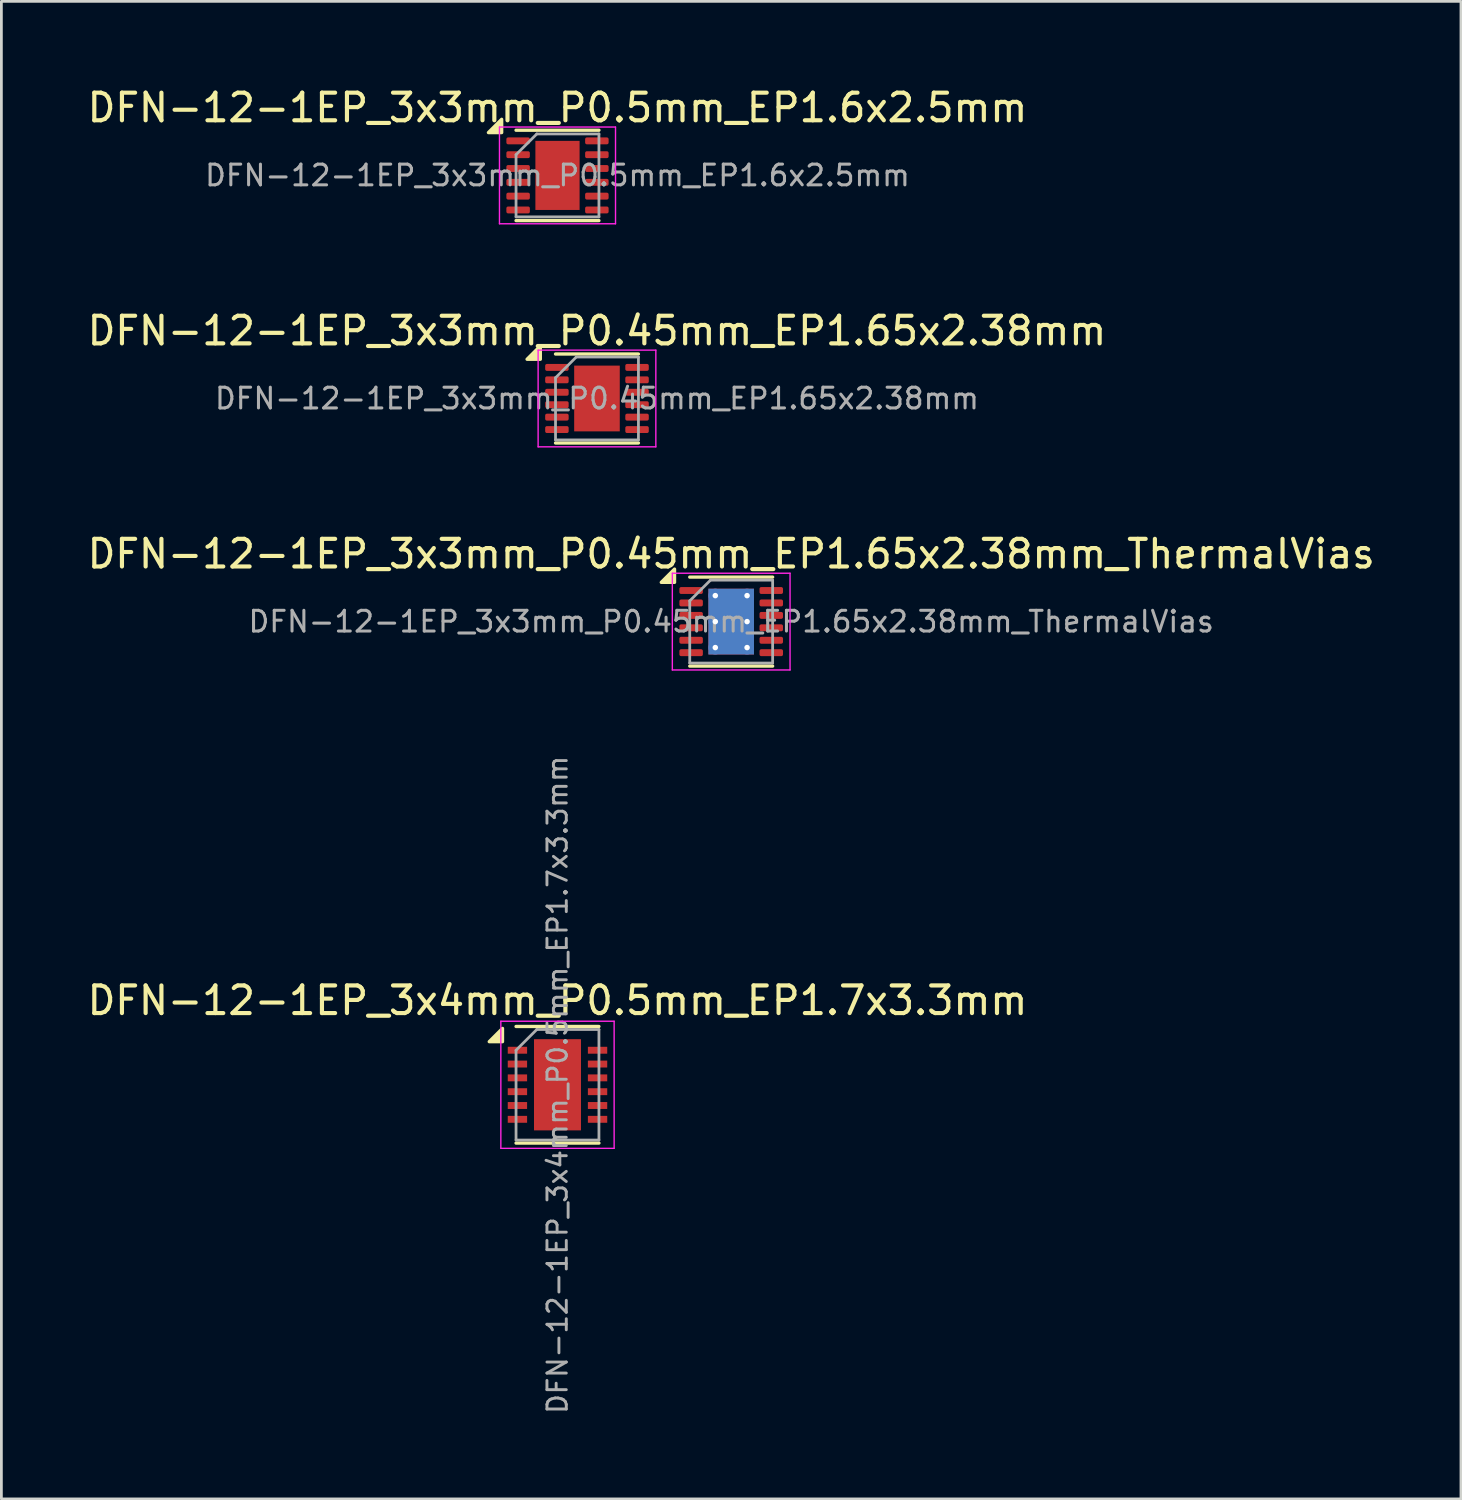
<source format=kicad_pcb>
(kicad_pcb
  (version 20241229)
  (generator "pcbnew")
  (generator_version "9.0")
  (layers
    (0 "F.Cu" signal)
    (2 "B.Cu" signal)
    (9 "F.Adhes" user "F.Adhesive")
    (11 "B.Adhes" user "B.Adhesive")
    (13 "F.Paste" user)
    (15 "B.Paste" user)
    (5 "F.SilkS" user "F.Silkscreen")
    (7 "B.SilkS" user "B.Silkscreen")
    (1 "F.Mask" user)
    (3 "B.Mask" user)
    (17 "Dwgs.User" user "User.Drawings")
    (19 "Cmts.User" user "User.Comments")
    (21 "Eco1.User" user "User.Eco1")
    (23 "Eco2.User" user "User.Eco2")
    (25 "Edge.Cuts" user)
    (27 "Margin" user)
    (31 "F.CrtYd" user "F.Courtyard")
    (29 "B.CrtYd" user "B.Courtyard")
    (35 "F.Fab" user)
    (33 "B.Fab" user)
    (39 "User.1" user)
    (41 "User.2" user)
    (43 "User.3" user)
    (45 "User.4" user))
  (footprint "DFN-12-1EP_3x3mm_P0.5mm_EP1.6x2.5mm"
    (layer "F.Cu")
    (at 17.125 3.298)
    (property "Reference" "DFN-12-1EP_3x3mm_P0.5mm_EP1.6x2.5mm" (at 0 -2.45 0) (layer "F.SilkS") (effects (font (size 1 1) (thickness 0.15))))
    (attr smd)
    (fp_line (start -1.5 -1.635) (end 1.5 -1.635) (stroke (width 0.12) (type solid)) (layer "F.SilkS"))
    (fp_line (start -1.5 1.635) (end 1.5 1.635) (stroke (width 0.12) (type solid)) (layer "F.SilkS"))
    (fp_poly (pts (xy -2.02 -1.55) (xy -2.5 -1.55) (xy -2.02 -2.03) (xy -2.02 -1.55)) (stroke (width 0.12) (type solid)) (fill yes) (layer "F.SilkS"))
    (fp_line (start -2.1 -1.75) (end -2.1 1.75) (stroke (width 0.05) (type solid)) (layer "F.CrtYd"))
    (fp_line (start -2.1 1.75) (end 2.1 1.75) (stroke (width 0.05) (type solid)) (layer "F.CrtYd"))
    (fp_line (start 2.1 -1.75) (end -2.1 -1.75) (stroke (width 0.05) (type solid)) (layer "F.CrtYd"))
    (fp_line (start 2.1 1.75) (end 2.1 -1.75) (stroke (width 0.05) (type solid)) (layer "F.CrtYd"))
    (fp_line (start -1.5 -0.75) (end -0.75 -1.5) (stroke (width 0.1) (type solid)) (layer "F.Fab"))
    (fp_line (start -1.5 1.5) (end -1.5 -0.75) (stroke (width 0.1) (type solid)) (layer "F.Fab"))
    (fp_line (start -0.75 -1.5) (end 1.5 -1.5) (stroke (width 0.1) (type solid)) (layer "F.Fab"))
    (fp_line (start 1.5 -1.5) (end 1.5 1.5) (stroke (width 0.1) (type solid)) (layer "F.Fab"))
    (fp_line (start 1.5 1.5) (end -1.5 1.5) (stroke (width 0.1) (type solid)) (layer "F.Fab"))
    (fp_text user "${REFERENCE}" (at 0 0 0) (layer "F.Fab") (effects (font (size 0.75 0.75) (thickness 0.11))))
    (pad "" smd roundrect (at -0.4 -0.625) (size 0.64 1.01) (layers "F.Paste") (roundrect_rratio 0.25))
    (pad "" smd roundrect (at -0.4 0.625) (size 0.64 1.01) (layers "F.Paste") (roundrect_rratio 0.25))
    (pad "" smd roundrect (at 0.4 -0.625) (size 0.64 1.01) (layers "F.Paste") (roundrect_rratio 0.25))
    (pad "" smd roundrect (at 0.4 0.625) (size 0.64 1.01) (layers "F.Paste") (roundrect_rratio 0.25))
    (pad "1" smd roundrect (at -1.425 -1.25) (size 0.85 0.25) (layers "F.Cu" "F.Mask" "F.Paste") (roundrect_rratio 0.25))
    (pad "2" smd roundrect (at -1.425 -0.75) (size 0.85 0.25) (layers "F.Cu" "F.Mask" "F.Paste") (roundrect_rratio 0.25))
    (pad "3" smd roundrect (at -1.425 -0.25) (size 0.85 0.25) (layers "F.Cu" "F.Mask" "F.Paste") (roundrect_rratio 0.25))
    (pad "4" smd roundrect (at -1.425 0.25) (size 0.85 0.25) (layers "F.Cu" "F.Mask" "F.Paste") (roundrect_rratio 0.25))
    (pad "5" smd roundrect (at -1.425 0.75) (size 0.85 0.25) (layers "F.Cu" "F.Mask" "F.Paste") (roundrect_rratio 0.25))
    (pad "6" smd roundrect (at -1.425 1.25) (size 0.85 0.25) (layers "F.Cu" "F.Mask" "F.Paste") (roundrect_rratio 0.25))
    (pad "7" smd roundrect (at 1.425 1.25) (size 0.85 0.25) (layers "F.Cu" "F.Mask" "F.Paste") (roundrect_rratio 0.25))
    (pad "8" smd roundrect (at 1.425 0.75) (size 0.85 0.25) (layers "F.Cu" "F.Mask" "F.Paste") (roundrect_rratio 0.25))
    (pad "9" smd roundrect (at 1.425 0.25) (size 0.85 0.25) (layers "F.Cu" "F.Mask" "F.Paste") (roundrect_rratio 0.25))
    (pad "10" smd roundrect (at 1.425 -0.25) (size 0.85 0.25) (layers "F.Cu" "F.Mask" "F.Paste") (roundrect_rratio 0.25))
    (pad "11" smd roundrect (at 1.425 -0.75) (size 0.85 0.25) (layers "F.Cu" "F.Mask" "F.Paste") (roundrect_rratio 0.25))
    (pad "12" smd roundrect (at 1.425 -1.25) (size 0.85 0.25) (layers "F.Cu" "F.Mask" "F.Paste") (roundrect_rratio 0.25))
    (pad "13" smd rect (at 0 0) (size 1.6 2.5) (property pad_prop_heatsink) (layers "F.Cu" "F.Mask")))
  (footprint "DFN-12-1EP_3x3mm_P0.45mm_EP1.65x2.38mm_ThermalVias"
    (layer "F.Cu")
    (at 23.411 19.445)
    (property "Reference" "DFN-12-1EP_3x3mm_P0.45mm_EP1.65x2.38mm_ThermalVias" (at 0 -2.45 0) (layer "F.SilkS") (effects (font (size 1 1) (thickness 0.15))))
    (attr smd)
    (fp_line (start -1.5 -1.61) (end 1.5 -1.61) (stroke (width 0.12) (type solid)) (layer "F.SilkS"))
    (fp_line (start -1.5 1.61) (end 1.5 1.61) (stroke (width 0.12) (type solid)) (layer "F.SilkS"))
    (fp_poly (pts (xy -2.05 -1.42) (xy -2.53 -1.42) (xy -2.05 -1.9) (xy -2.05 -1.42)) (stroke (width 0.12) (type solid)) (fill yes) (layer "F.SilkS"))
    (fp_line (start -2.13 -1.75) (end -2.13 1.75) (stroke (width 0.05) (type solid)) (layer "F.CrtYd"))
    (fp_line (start -2.13 1.75) (end 2.13 1.75) (stroke (width 0.05) (type solid)) (layer "F.CrtYd"))
    (fp_line (start 2.13 -1.75) (end -2.13 -1.75) (stroke (width 0.05) (type solid)) (layer "F.CrtYd"))
    (fp_line (start 2.13 1.75) (end 2.13 -1.75) (stroke (width 0.05) (type solid)) (layer "F.CrtYd"))
    (fp_line (start -1.5 -0.75) (end -0.75 -1.5) (stroke (width 0.1) (type solid)) (layer "F.Fab"))
    (fp_line (start -1.5 1.5) (end -1.5 -0.75) (stroke (width 0.1) (type solid)) (layer "F.Fab"))
    (fp_line (start -0.75 -1.5) (end 1.5 -1.5) (stroke (width 0.1) (type solid)) (layer "F.Fab"))
    (fp_line (start 1.5 -1.5) (end 1.5 1.5) (stroke (width 0.1) (type solid)) (layer "F.Fab"))
    (fp_line (start 1.5 1.5) (end -1.5 1.5) (stroke (width 0.1) (type solid)) (layer "F.Fab"))
    (fp_text user "${REFERENCE}" (at 0 0 0) (layer "F.Fab") (effects (font (size 0.75 0.75) (thickness 0.11))))
    (pad "" smd roundrect (at -0.41 -0.595) (size 0.67 0.96) (layers "F.Paste") (roundrect_rratio 0.25))
    (pad "" smd roundrect (at -0.41 0.595) (size 0.67 0.96) (layers "F.Paste") (roundrect_rratio 0.25))
    (pad "" smd roundrect (at 0.41 -0.595) (size 0.67 0.96) (layers "F.Paste") (roundrect_rratio 0.25))
    (pad "" smd roundrect (at 0.41 0.595) (size 0.67 0.96) (layers "F.Paste") (roundrect_rratio 0.25))
    (pad "1" smd roundrect (at -1.45 -1.125) (size 0.85 0.25) (layers "F.Cu" "F.Mask" "F.Paste") (roundrect_rratio 0.25))
    (pad "2" smd roundrect (at -1.45 -0.675) (size 0.85 0.25) (layers "F.Cu" "F.Mask" "F.Paste") (roundrect_rratio 0.25))
    (pad "3" smd roundrect (at -1.45 -0.225) (size 0.85 0.25) (layers "F.Cu" "F.Mask" "F.Paste") (roundrect_rratio 0.25))
    (pad "4" smd roundrect (at -1.45 0.225) (size 0.85 0.25) (layers "F.Cu" "F.Mask" "F.Paste") (roundrect_rratio 0.25))
    (pad "5" smd roundrect (at -1.45 0.675) (size 0.85 0.25) (layers "F.Cu" "F.Mask" "F.Paste") (roundrect_rratio 0.25))
    (pad "6" smd roundrect (at -1.45 1.125) (size 0.85 0.25) (layers "F.Cu" "F.Mask" "F.Paste") (roundrect_rratio 0.25))
    (pad "7" smd roundrect (at 1.45 1.125) (size 0.85 0.25) (layers "F.Cu" "F.Mask" "F.Paste") (roundrect_rratio 0.25))
    (pad "8" smd roundrect (at 1.45 0.675) (size 0.85 0.25) (layers "F.Cu" "F.Mask" "F.Paste") (roundrect_rratio 0.25))
    (pad "9" smd roundrect (at 1.45 0.225) (size 0.85 0.25) (layers "F.Cu" "F.Mask" "F.Paste") (roundrect_rratio 0.25))
    (pad "10" smd roundrect (at 1.45 -0.225) (size 0.85 0.25) (layers "F.Cu" "F.Mask" "F.Paste") (roundrect_rratio 0.25))
    (pad "11" smd roundrect (at 1.45 -0.675) (size 0.85 0.25) (layers "F.Cu" "F.Mask" "F.Paste") (roundrect_rratio 0.25))
    (pad "12" smd roundrect (at 1.45 -1.125) (size 0.85 0.25) (layers "F.Cu" "F.Mask" "F.Paste") (roundrect_rratio 0.25))
    (pad "13" thru_hole circle (at -0.575 -0.94) (size 0.5 0.5) (drill 0.2) (property pad_prop_heatsink) (layers "*.Cu"))
    (pad "13" thru_hole circle (at -0.575 0) (size 0.5 0.5) (drill 0.2) (property pad_prop_heatsink) (layers "*.Cu"))
    (pad "13" thru_hole circle (at -0.575 0.94) (size 0.5 0.5) (drill 0.2) (property pad_prop_heatsink) (layers "*.Cu"))
    (pad "13" smd rect (at 0 0) (size 1.65 2.38) (property pad_prop_heatsink) (layers "F.Cu" "F.Mask"))
    (pad "13" smd rect (at 0 0) (size 1.65 2.38) (property pad_prop_heatsink) (layers "B.Cu"))
    (pad "13" thru_hole circle (at 0.575 -0.94) (size 0.5 0.5) (drill 0.2) (property pad_prop_heatsink) (layers "*.Cu"))
    (pad "13" thru_hole circle (at 0.575 0) (size 0.5 0.5) (drill 0.2) (property pad_prop_heatsink) (layers "*.Cu"))
    (pad "13" thru_hole circle (at 0.575 0.94) (size 0.5 0.5) (drill 0.2) (property pad_prop_heatsink) (layers "*.Cu")))
  (footprint "DFN-12-1EP_3x4mm_P0.5mm_EP1.7x3.3mm"
    (layer "F.Cu")
    (at 17.125 36.207)
    (property "Reference" "DFN-12-1EP_3x4mm_P0.5mm_EP1.7x3.3mm" (at 0 -3.05 0) (layer "F.SilkS") (effects (font (size 1 1) (thickness 0.15))))
    (attr smd)
    (fp_line (start -1.5 -2.11) (end 1.5 -2.11) (stroke (width 0.12) (type solid)) (layer "F.SilkS"))
    (fp_line (start -1.5 2.11) (end 1.5 2.11) (stroke (width 0.12) (type solid)) (layer "F.SilkS"))
    (fp_poly (pts (xy -1.99 -1.56) (xy -2.47 -1.56) (xy -1.99 -2.04) (xy -1.99 -1.56)) (stroke (width 0.12) (type solid)) (fill yes) (layer "F.SilkS"))
    (fp_line (start -2.05 -2.3) (end -2.05 2.3) (stroke (width 0.05) (type solid)) (layer "F.CrtYd"))
    (fp_line (start -2.05 -2.3) (end 2.05 -2.3) (stroke (width 0.05) (type solid)) (layer "F.CrtYd"))
    (fp_line (start -2.05 2.3) (end 2.05 2.3) (stroke (width 0.05) (type solid)) (layer "F.CrtYd"))
    (fp_line (start 2.05 -2.3) (end 2.05 2.3) (stroke (width 0.05) (type solid)) (layer "F.CrtYd"))
    (fp_line (start -1.5 -1.25) (end -0.75 -2) (stroke (width 0.1) (type solid)) (layer "F.Fab"))
    (fp_line (start -1.5 2) (end -1.5 -1.25) (stroke (width 0.1) (type solid)) (layer "F.Fab"))
    (fp_line (start -0.75 -2) (end 1.5 -2) (stroke (width 0.1) (type solid)) (layer "F.Fab"))
    (fp_line (start 1.5 -2) (end 1.5 2) (stroke (width 0.1) (type solid)) (layer "F.Fab"))
    (fp_line (start 1.5 2) (end -1.5 2) (stroke (width 0.1) (type solid)) (layer "F.Fab"))
    (fp_text user "${REFERENCE}" (at 0 0 90) (layer "F.Fab") (effects (font (size 0.7 0.7) (thickness 0.105))))
    (pad "" smd rect (at -0.425 -1.238) (size 0.685 0.67) (layers "F.Paste"))
    (pad "" smd rect (at -0.425 -0.412) (size 0.685 0.67) (layers "F.Paste"))
    (pad "" smd rect (at -0.425 0.412) (size 0.685 0.67) (layers "F.Paste"))
    (pad "" smd rect (at -0.425 1.238) (size 0.685 0.67) (layers "F.Paste"))
    (pad "" smd rect (at 0.425 -1.238) (size 0.685 0.67) (layers "F.Paste"))
    (pad "" smd rect (at 0.425 -0.412) (size 0.685 0.67) (layers "F.Paste"))
    (pad "" smd rect (at 0.425 0.412) (size 0.685 0.67) (layers "F.Paste"))
    (pad "" smd rect (at 0.425 1.238) (size 0.685 0.67) (layers "F.Paste"))
    (pad "1" smd rect (at -1.45 -1.25) (size 0.7 0.25) (layers "F.Cu" "F.Mask" "F.Paste"))
    (pad "2" smd rect (at -1.45 -0.75) (size 0.7 0.25) (layers "F.Cu" "F.Mask" "F.Paste"))
    (pad "3" smd rect (at -1.45 -0.25) (size 0.7 0.25) (layers "F.Cu" "F.Mask" "F.Paste"))
    (pad "4" smd rect (at -1.45 0.25) (size 0.7 0.25) (layers "F.Cu" "F.Mask" "F.Paste"))
    (pad "5" smd rect (at -1.45 0.75) (size 0.7 0.25) (layers "F.Cu" "F.Mask" "F.Paste"))
    (pad "6" smd rect (at -1.45 1.25) (size 0.7 0.25) (layers "F.Cu" "F.Mask" "F.Paste"))
    (pad "7" smd rect (at 1.45 1.25) (size 0.7 0.25) (layers "F.Cu" "F.Mask" "F.Paste"))
    (pad "8" smd rect (at 1.45 0.75) (size 0.7 0.25) (layers "F.Cu" "F.Mask" "F.Paste"))
    (pad "9" smd rect (at 1.45 0.25) (size 0.7 0.25) (layers "F.Cu" "F.Mask" "F.Paste"))
    (pad "10" smd rect (at 1.45 -0.25) (size 0.7 0.25) (layers "F.Cu" "F.Mask" "F.Paste"))
    (pad "11" smd rect (at 1.45 -0.75) (size 0.7 0.25) (layers "F.Cu" "F.Mask" "F.Paste"))
    (pad "12" smd rect (at 1.45 -1.25) (size 0.7 0.25) (layers "F.Cu" "F.Mask" "F.Paste"))
    (pad "13" smd rect (at 0 0) (size 1.7 3.3) (layers "F.Cu" "F.Mask")))
  (footprint "DFN-12-1EP_3x3mm_P0.45mm_EP1.65x2.38mm"
    (layer "F.Cu")
    (at 18.554 11.371)
    (property "Reference" "DFN-12-1EP_3x3mm_P0.45mm_EP1.65x2.38mm" (at 0 -2.45 0) (layer "F.SilkS") (effects (font (size 1 1) (thickness 0.15))))
    (attr smd)
    (fp_line (start -1.5 -1.61) (end 1.5 -1.61) (stroke (width 0.12) (type solid)) (layer "F.SilkS"))
    (fp_line (start -1.5 1.61) (end 1.5 1.61) (stroke (width 0.12) (type solid)) (layer "F.SilkS"))
    (fp_poly (pts (xy -2.05 -1.42) (xy -2.53 -1.42) (xy -2.05 -1.9) (xy -2.05 -1.42)) (stroke (width 0.12) (type solid)) (fill yes) (layer "F.SilkS"))
    (fp_line (start -2.13 -1.75) (end -2.13 1.75) (stroke (width 0.05) (type solid)) (layer "F.CrtYd"))
    (fp_line (start -2.13 1.75) (end 2.13 1.75) (stroke (width 0.05) (type solid)) (layer "F.CrtYd"))
    (fp_line (start 2.13 -1.75) (end -2.13 -1.75) (stroke (width 0.05) (type solid)) (layer "F.CrtYd"))
    (fp_line (start 2.13 1.75) (end 2.13 -1.75) (stroke (width 0.05) (type solid)) (layer "F.CrtYd"))
    (fp_line (start -1.5 -0.75) (end -0.75 -1.5) (stroke (width 0.1) (type solid)) (layer "F.Fab"))
    (fp_line (start -1.5 1.5) (end -1.5 -0.75) (stroke (width 0.1) (type solid)) (layer "F.Fab"))
    (fp_line (start -0.75 -1.5) (end 1.5 -1.5) (stroke (width 0.1) (type solid)) (layer "F.Fab"))
    (fp_line (start 1.5 -1.5) (end 1.5 1.5) (stroke (width 0.1) (type solid)) (layer "F.Fab"))
    (fp_line (start 1.5 1.5) (end -1.5 1.5) (stroke (width 0.1) (type solid)) (layer "F.Fab"))
    (fp_text user "${REFERENCE}" (at 0 0 0) (layer "F.Fab") (effects (font (size 0.75 0.75) (thickness 0.11))))
    (pad "" smd roundrect (at -0.41 -0.595) (size 0.67 0.96) (layers "F.Paste") (roundrect_rratio 0.25))
    (pad "" smd roundrect (at -0.41 0.595) (size 0.67 0.96) (layers "F.Paste") (roundrect_rratio 0.25))
    (pad "" smd roundrect (at 0.41 -0.595) (size 0.67 0.96) (layers "F.Paste") (roundrect_rratio 0.25))
    (pad "" smd roundrect (at 0.41 0.595) (size 0.67 0.96) (layers "F.Paste") (roundrect_rratio 0.25))
    (pad "1" smd roundrect (at -1.45 -1.125) (size 0.85 0.25) (layers "F.Cu" "F.Mask" "F.Paste") (roundrect_rratio 0.25))
    (pad "2" smd roundrect (at -1.45 -0.675) (size 0.85 0.25) (layers "F.Cu" "F.Mask" "F.Paste") (roundrect_rratio 0.25))
    (pad "3" smd roundrect (at -1.45 -0.225) (size 0.85 0.25) (layers "F.Cu" "F.Mask" "F.Paste") (roundrect_rratio 0.25))
    (pad "4" smd roundrect (at -1.45 0.225) (size 0.85 0.25) (layers "F.Cu" "F.Mask" "F.Paste") (roundrect_rratio 0.25))
    (pad "5" smd roundrect (at -1.45 0.675) (size 0.85 0.25) (layers "F.Cu" "F.Mask" "F.Paste") (roundrect_rratio 0.25))
    (pad "6" smd roundrect (at -1.45 1.125) (size 0.85 0.25) (layers "F.Cu" "F.Mask" "F.Paste") (roundrect_rratio 0.25))
    (pad "7" smd roundrect (at 1.45 1.125) (size 0.85 0.25) (layers "F.Cu" "F.Mask" "F.Paste") (roundrect_rratio 0.25))
    (pad "8" smd roundrect (at 1.45 0.675) (size 0.85 0.25) (layers "F.Cu" "F.Mask" "F.Paste") (roundrect_rratio 0.25))
    (pad "9" smd roundrect (at 1.45 0.225) (size 0.85 0.25) (layers "F.Cu" "F.Mask" "F.Paste") (roundrect_rratio 0.25))
    (pad "10" smd roundrect (at 1.45 -0.225) (size 0.85 0.25) (layers "F.Cu" "F.Mask" "F.Paste") (roundrect_rratio 0.25))
    (pad "11" smd roundrect (at 1.45 -0.675) (size 0.85 0.25) (layers "F.Cu" "F.Mask" "F.Paste") (roundrect_rratio 0.25))
    (pad "12" smd roundrect (at 1.45 -1.125) (size 0.85 0.25) (layers "F.Cu" "F.Mask" "F.Paste") (roundrect_rratio 0.25))
    (pad "13" smd rect (at 0 0) (size 1.65 2.38) (property pad_prop_heatsink) (layers "F.Cu" "F.Mask")))
  (gr_rect
    (start -3 -3)
    (end 49.821 51.195)
    (stroke (width 0.1) (type default))
    (fill no)
    (layer "Edge.Cuts")))
</source>
